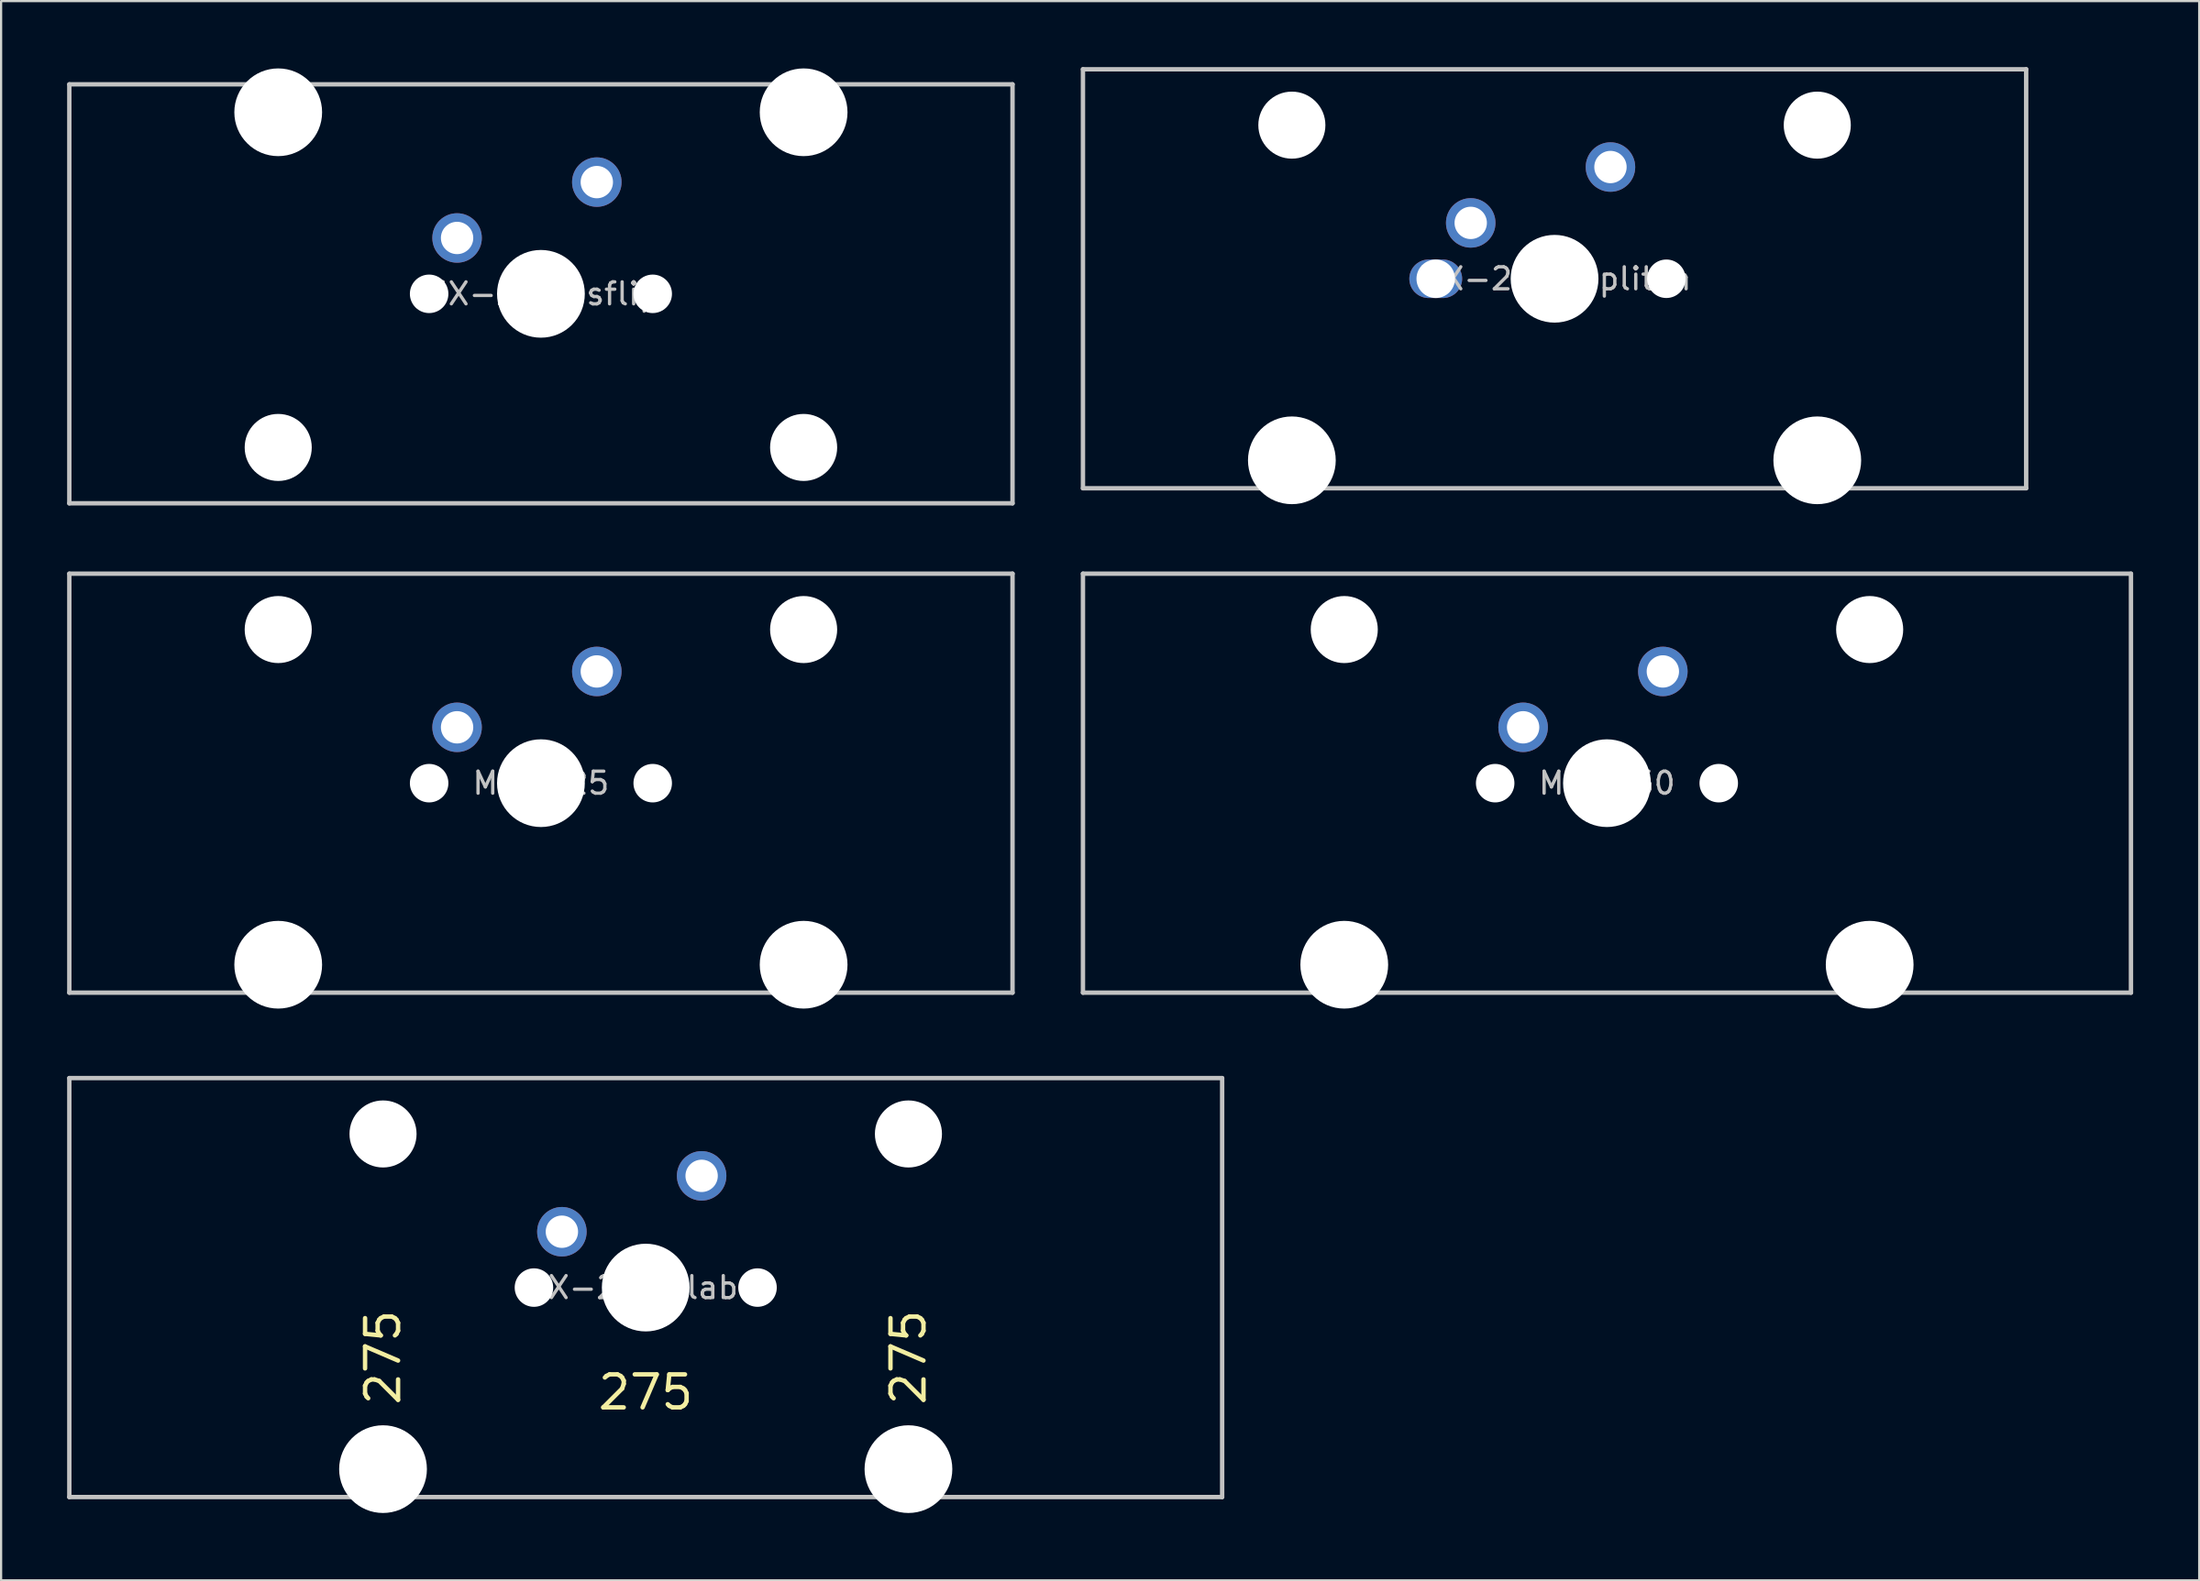
<source format=kicad_pcb>
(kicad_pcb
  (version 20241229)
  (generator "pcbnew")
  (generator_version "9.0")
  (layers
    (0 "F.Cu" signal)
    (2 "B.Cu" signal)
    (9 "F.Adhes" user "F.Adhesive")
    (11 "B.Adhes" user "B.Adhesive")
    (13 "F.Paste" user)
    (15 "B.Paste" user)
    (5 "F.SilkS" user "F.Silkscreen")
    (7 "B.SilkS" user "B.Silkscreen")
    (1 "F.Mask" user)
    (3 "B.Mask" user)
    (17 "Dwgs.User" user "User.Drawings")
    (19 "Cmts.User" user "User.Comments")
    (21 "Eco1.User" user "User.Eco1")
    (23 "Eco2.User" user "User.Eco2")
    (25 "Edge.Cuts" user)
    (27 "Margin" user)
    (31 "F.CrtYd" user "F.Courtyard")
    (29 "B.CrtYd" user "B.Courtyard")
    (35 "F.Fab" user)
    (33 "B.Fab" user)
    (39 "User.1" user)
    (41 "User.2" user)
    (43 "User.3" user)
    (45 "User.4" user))
  (footprint "MX-275-label"
    (layer "F.Cu")
    (at 26.294 55.495)
    (property "Reference" "MX-275-label" (at 0 0 0) (layer "Dwgs.User") (effects (font (size 1 1) (thickness 0.15))))
    (attr through_hole)
    (fp_line (start -26.194 9.525) (end -26.194 -9.525) (stroke (width 0.2) (type solid)) (layer "Dwgs.User"))
    (fp_line (start 26.194 -9.525) (end -26.194 -9.525) (stroke (width 0.2) (type solid)) (layer "Dwgs.User"))
    (fp_line (start 26.194 -9.525) (end 26.194 9.525) (stroke (width 0.2) (type solid)) (layer "Dwgs.User"))
    (fp_line (start 26.194 9.525) (end -26.194 9.525) (stroke (width 0.2) (type solid)) (layer "Dwgs.User"))
    (fp_line (start -15.368 -8.95) (end -15.368 10.25) (stroke (width 0.12) (type solid)) (layer "Eco1.User"))
    (fp_line (start -15.368 10.25) (end 15.368 10.25) (stroke (width 0.12) (type solid)) (layer "Eco1.User"))
    (fp_line (start -8.508 -8.95) (end -15.368 -8.95) (stroke (width 0.12) (type solid)) (layer "Eco1.User"))
    (fp_line (start -8.508 7) (end -8.508 -8.95) (stroke (width 0.12) (type solid)) (layer "Eco1.User"))
    (fp_line (start -7 -7) (end -7 7) (stroke (width 0.12) (type solid)) (layer "Eco1.User"))
    (fp_line (start -7 -7) (end 7 -7) (stroke (width 0.12) (type solid)) (layer "Eco1.User"))
    (fp_line (start -7 7) (end -8.508 7) (stroke (width 0.12) (type solid)) (layer "Eco1.User"))
    (fp_line (start 7 -7) (end 7 7) (stroke (width 0.12) (type solid)) (layer "Eco1.User"))
    (fp_line (start 8.508 -8.95) (end 8.508 7) (stroke (width 0.12) (type solid)) (layer "Eco1.User"))
    (fp_line (start 8.508 7) (end 7 7) (stroke (width 0.12) (type solid)) (layer "Eco1.User"))
    (fp_line (start 15.368 -8.95) (end 8.508 -8.95) (stroke (width 0.12) (type solid)) (layer "Eco1.User"))
    (fp_line (start 15.368 10.25) (end 15.368 -8.95) (stroke (width 0.12) (type solid)) (layer "Eco1.User"))
    (fp_circle (center -11.938 -6.985) (end -9.438 -6.985) (stroke (width 0.12) (type solid)) (fill no) (layer "Eco2.User"))
    (fp_circle (center 11.938 -6.985) (end 14.438 -6.985) (stroke (width 0.12) (type solid)) (fill no) (layer "Eco2.User"))
    (fp_text user "275" (at 0 4.763 0) (layer "F.SilkS") (effects (font (size 1.5 1.5) (thickness 0.2))))
    (fp_text user "275" (at 11.938 3.175 90) (layer "F.SilkS") (effects (font (size 1.5 1.5) (thickness 0.2))))
    (fp_text user "275" (at -11.938 3.175 90) (layer "F.SilkS") (effects (font (size 1.5 1.5) (thickness 0.2))))
    (pad "" np_thru_hole circle (at -11.938 -6.985) (size 3.048 3.048) (drill 3.048) (layers "*.Cu" "*.Mask"))
    (pad "" np_thru_hole circle (at -11.938 8.255) (size 3.988 3.988) (drill 3.988) (layers "*.Cu" "*.Mask"))
    (pad "" np_thru_hole circle (at -5.08 0) (size 1.75 1.75) (drill 1.75) (layers "*.Cu" "*.Mask"))
    (pad "" np_thru_hole circle (at 0 0) (size 3.988 3.988) (drill 3.988) (layers "*.Cu" "*.Mask"))
    (pad "" np_thru_hole circle (at 5.08 0) (size 1.75 1.75) (drill 1.75) (layers "*.Cu" "*.Mask"))
    (pad "" np_thru_hole circle (at 11.938 -6.985) (size 3.048 3.048) (drill 3.048) (layers "*.Cu" "*.Mask"))
    (pad "" np_thru_hole circle (at 11.938 8.255) (size 3.988 3.988) (drill 3.988) (layers "*.Cu" "*.Mask"))
    (pad "1" thru_hole circle (at 2.54 -5.08) (size 2.25 2.25) (drill 1.47) (layers "*.Cu" "B.Mask"))
    (pad "2" thru_hole circle (at -3.81 -2.54) (size 2.25 2.25) (drill 1.47) (layers "*.Cu" "B.Mask")))
  (footprint "MX-225-sflip"
    (layer "F.Cu")
    (at 21.531 10.31)
    (property "Reference" "MX-225-sflip" (at 0 0 0) (layer "Dwgs.User") (effects (font (size 1 1) (thickness 0.15))))
    (attr through_hole)
    (fp_line (start -21.431 -9.525) (end 21.431 -9.525) (stroke (width 0.2) (type solid)) (layer "Dwgs.User"))
    (fp_line (start -21.431 9.525) (end -21.431 -9.525) (stroke (width 0.2) (type solid)) (layer "Dwgs.User"))
    (fp_line (start -21.431 9.525) (end 21.431 9.525) (stroke (width 0.2) (type solid)) (layer "Dwgs.User"))
    (fp_line (start 21.431 -9.525) (end 21.431 9.525) (stroke (width 0.2) (type solid)) (layer "Dwgs.User"))
    (fp_line (start -15.368 -10.25) (end -15.368 8.95) (stroke (width 0.12) (type solid)) (layer "Eco1.User"))
    (fp_line (start -15.368 8.95) (end -8.508 8.95) (stroke (width 0.12) (type solid)) (layer "Eco1.User"))
    (fp_line (start -8.508 -7) (end -7 -7) (stroke (width 0.12) (type solid)) (layer "Eco1.User"))
    (fp_line (start -8.508 8.95) (end -8.508 -7) (stroke (width 0.12) (type solid)) (layer "Eco1.User"))
    (fp_line (start -7 7) (end -7 -7) (stroke (width 0.12) (type solid)) (layer "Eco1.User"))
    (fp_line (start 7 -7) (end 8.508 -7) (stroke (width 0.12) (type solid)) (layer "Eco1.User"))
    (fp_line (start 7 7) (end -7 7) (stroke (width 0.12) (type solid)) (layer "Eco1.User"))
    (fp_line (start 7 7) (end 7 -7) (stroke (width 0.12) (type solid)) (layer "Eco1.User"))
    (fp_line (start 8.508 -7) (end 8.508 8.95) (stroke (width 0.12) (type solid)) (layer "Eco1.User"))
    (fp_line (start 8.508 8.95) (end 15.368 8.95) (stroke (width 0.12) (type solid)) (layer "Eco1.User"))
    (fp_line (start 15.368 -10.25) (end -15.368 -10.25) (stroke (width 0.12) (type solid)) (layer "Eco1.User"))
    (fp_line (start 15.368 8.95) (end 15.368 -10.25) (stroke (width 0.12) (type solid)) (layer "Eco1.User"))
    (fp_circle (center -11.938 6.985) (end -14.438 6.985) (stroke (width 0.12) (type solid)) (fill no) (layer "Eco2.User"))
    (fp_circle (center 11.938 6.985) (end 9.438 6.985) (stroke (width 0.12) (type solid)) (fill no) (layer "Eco2.User"))
    (pad "" np_thru_hole circle (at -11.938 -8.255 180) (size 3.988 3.988) (drill 3.988) (layers "*.Cu" "*.Mask"))
    (pad "" np_thru_hole circle (at -11.938 6.985 180) (size 3.048 3.048) (drill 3.048) (layers "*.Cu" "*.Mask"))
    (pad "" np_thru_hole circle (at -5.08 0) (size 1.75 1.75) (drill 1.75) (layers "*.Cu" "*.Mask"))
    (pad "" np_thru_hole circle (at 0 0) (size 3.988 3.988) (drill 3.988) (layers "*.Cu" "*.Mask"))
    (pad "" np_thru_hole circle (at 5.08 0) (size 1.75 1.75) (drill 1.75) (layers "*.Cu" "*.Mask"))
    (pad "" np_thru_hole circle (at 11.938 -8.255 180) (size 3.988 3.988) (drill 3.988) (layers "*.Cu" "*.Mask"))
    (pad "" np_thru_hole circle (at 11.938 6.985 180) (size 3.048 3.048) (drill 3.048) (layers "*.Cu" "*.Mask"))
    (pad "1" thru_hole circle (at 2.54 -5.08) (size 2.25 2.25) (drill 1.47) (layers "*.Cu" "B.Mask"))
    (pad "2" thru_hole circle (at -3.81 -2.54) (size 2.25 2.25) (drill 1.47) (layers "*.Cu" "B.Mask")))
  (footprint "MX-225"
    (layer "F.Cu")
    (at 21.531 32.56)
    (property "Reference" "MX-225" (at 0 0 0) (layer "Dwgs.User") (effects (font (size 1 1) (thickness 0.15))))
    (attr through_hole)
    (fp_line (start -21.431 9.525) (end -21.431 -9.525) (stroke (width 0.2) (type solid)) (layer "Dwgs.User"))
    (fp_line (start 21.431 -9.525) (end -21.431 -9.525) (stroke (width 0.2) (type solid)) (layer "Dwgs.User"))
    (fp_line (start 21.431 -9.525) (end 21.431 9.525) (stroke (width 0.2) (type solid)) (layer "Dwgs.User"))
    (fp_line (start 21.431 9.525) (end -21.431 9.525) (stroke (width 0.2) (type solid)) (layer "Dwgs.User"))
    (fp_line (start -15.368 -8.95) (end -15.368 10.25) (stroke (width 0.12) (type solid)) (layer "Eco1.User"))
    (fp_line (start -15.368 10.25) (end 15.368 10.25) (stroke (width 0.12) (type solid)) (layer "Eco1.User"))
    (fp_line (start -8.508 -8.95) (end -15.368 -8.95) (stroke (width 0.12) (type solid)) (layer "Eco1.User"))
    (fp_line (start -8.508 7) (end -8.508 -8.95) (stroke (width 0.12) (type solid)) (layer "Eco1.User"))
    (fp_line (start -7 -7) (end -7 7) (stroke (width 0.12) (type solid)) (layer "Eco1.User"))
    (fp_line (start -7 -7) (end 7 -7) (stroke (width 0.12) (type solid)) (layer "Eco1.User"))
    (fp_line (start -7 7) (end -8.508 7) (stroke (width 0.12) (type solid)) (layer "Eco1.User"))
    (fp_line (start 7 -7) (end 7 7) (stroke (width 0.12) (type solid)) (layer "Eco1.User"))
    (fp_line (start 8.508 -8.95) (end 8.508 7) (stroke (width 0.12) (type solid)) (layer "Eco1.User"))
    (fp_line (start 8.508 7) (end 7 7) (stroke (width 0.12) (type solid)) (layer "Eco1.User"))
    (fp_line (start 15.368 -8.95) (end 8.508 -8.95) (stroke (width 0.12) (type solid)) (layer "Eco1.User"))
    (fp_line (start 15.368 10.25) (end 15.368 -8.95) (stroke (width 0.12) (type solid)) (layer "Eco1.User"))
    (fp_circle (center -11.938 -6.985) (end -9.438 -6.985) (stroke (width 0.12) (type solid)) (fill no) (layer "Eco2.User"))
    (fp_circle (center 11.938 -6.985) (end 14.438 -6.985) (stroke (width 0.12) (type solid)) (fill no) (layer "Eco2.User"))
    (pad "" np_thru_hole circle (at -11.938 -6.985) (size 3.048 3.048) (drill 3.048) (layers "*.Cu" "*.Mask"))
    (pad "" np_thru_hole circle (at -11.938 8.255) (size 3.988 3.988) (drill 3.988) (layers "*.Cu" "*.Mask"))
    (pad "" np_thru_hole circle (at -5.08 0) (size 1.75 1.75) (drill 1.75) (layers "*.Cu" "*.Mask"))
    (pad "" np_thru_hole circle (at 0 0) (size 3.988 3.988) (drill 3.988) (layers "*.Cu" "*.Mask"))
    (pad "" np_thru_hole circle (at 5.08 0) (size 1.75 1.75) (drill 1.75) (layers "*.Cu" "*.Mask"))
    (pad "" np_thru_hole circle (at 11.938 -6.985) (size 3.048 3.048) (drill 3.048) (layers "*.Cu" "*.Mask"))
    (pad "" np_thru_hole circle (at 11.938 8.255) (size 3.988 3.988) (drill 3.988) (layers "*.Cu" "*.Mask"))
    (pad "1" thru_hole circle (at 2.54 -5.08) (size 2.25 2.25) (drill 1.47) (layers "*.Cu" "B.Mask"))
    (pad "2" thru_hole circle (at -3.81 -2.54) (size 2.25 2.25) (drill 1.47) (layers "*.Cu" "B.Mask")))
  (footprint "MX-225-splitsh"
    (layer "F.Cu")
    (at 67.594 9.625)
    (property "Reference" "MX-225-splitsh" (at 0 0 0) (layer "Dwgs.User") (effects (font (size 1 1) (thickness 0.15))))
    (attr through_hole)
    (fp_line (start -21.431 9.525) (end -21.431 -9.525) (stroke (width 0.2) (type solid)) (layer "Dwgs.User"))
    (fp_line (start 21.431 -9.525) (end -21.431 -9.525) (stroke (width 0.2) (type solid)) (layer "Dwgs.User"))
    (fp_line (start 21.431 -9.525) (end 21.431 9.525) (stroke (width 0.2) (type solid)) (layer "Dwgs.User"))
    (fp_line (start 21.431 9.525) (end -21.431 9.525) (stroke (width 0.2) (type solid)) (layer "Dwgs.User"))
    (fp_line (start -15.368 -8.95) (end -15.368 10.25) (stroke (width 0.12) (type solid)) (layer "Eco1.User"))
    (fp_line (start -15.368 10.25) (end 15.368 10.25) (stroke (width 0.12) (type solid)) (layer "Eco1.User"))
    (fp_line (start -8.508 -8.95) (end -15.368 -8.95) (stroke (width 0.12) (type solid)) (layer "Eco1.User"))
    (fp_line (start -8.508 7) (end -8.508 -8.95) (stroke (width 0.12) (type solid)) (layer "Eco1.User"))
    (fp_line (start -7 -7) (end -7 7) (stroke (width 0.12) (type solid)) (layer "Eco1.User"))
    (fp_line (start -7 -7) (end 7 -7) (stroke (width 0.12) (type solid)) (layer "Eco1.User"))
    (fp_line (start -7 7) (end -8.508 7) (stroke (width 0.12) (type solid)) (layer "Eco1.User"))
    (fp_line (start 7 -7) (end 7 7) (stroke (width 0.12) (type solid)) (layer "Eco1.User"))
    (fp_line (start 8.508 -8.95) (end 8.508 7) (stroke (width 0.12) (type solid)) (layer "Eco1.User"))
    (fp_line (start 8.508 7) (end 7 7) (stroke (width 0.12) (type solid)) (layer "Eco1.User"))
    (fp_line (start 15.368 -8.95) (end 8.508 -8.95) (stroke (width 0.12) (type solid)) (layer "Eco1.User"))
    (fp_line (start 15.368 10.25) (end 15.368 -8.95) (stroke (width 0.12) (type solid)) (layer "Eco1.User"))
    (fp_circle (center -11.938 -6.985) (end -9.438 -6.985) (stroke (width 0.12) (type solid)) (fill no) (layer "Eco2.User"))
    (fp_circle (center 11.938 -6.985) (end 14.438 -6.985) (stroke (width 0.12) (type solid)) (fill no) (layer "Eco2.User"))
    (pad "" np_thru_hole circle (at -11.938 -6.985) (size 3.048 3.048) (drill 3.048) (layers "*.Cu" "*.Mask"))
    (pad "" np_thru_hole circle (at -11.938 8.255) (size 3.988 3.988) (drill 3.988) (layers "*.Cu" "*.Mask"))
    (pad "" np_thru_hole oval (at -5.4 0) (size 2.4 1.75) (drill 1.75) (layers "*.Cu" "*.Mask"))
    (pad "" np_thru_hole circle (at 0 0) (size 3.988 3.988) (drill 3.988) (layers "*.Cu" "*.Mask"))
    (pad "" np_thru_hole circle (at 5.08 0) (size 1.75 1.75) (drill 1.75) (layers "*.Cu" "*.Mask"))
    (pad "" np_thru_hole circle (at 11.938 -6.985) (size 3.048 3.048) (drill 3.048) (layers "*.Cu" "*.Mask"))
    (pad "" np_thru_hole circle (at 11.938 8.255) (size 3.988 3.988) (drill 3.988) (layers "*.Cu" "*.Mask"))
    (pad "1" thru_hole circle (at 2.54 -5.08) (size 2.25 2.25) (drill 1.47) (layers "*.Cu" "B.Mask"))
    (pad "2" thru_hole circle (at -3.81 -2.54) (size 2.25 2.25) (drill 1.47) (layers "*.Cu" "B.Mask")))
  (footprint "MX-250"
    (layer "F.Cu")
    (at 69.975 32.56)
    (property "Reference" "MX-250" (at 0 0 0) (layer "Dwgs.User") (effects (font (size 1 1) (thickness 0.15))))
    (attr through_hole)
    (fp_line (start -23.812 9.525) (end -23.812 -9.525) (stroke (width 0.2) (type solid)) (layer "Dwgs.User"))
    (fp_line (start 23.812 -9.525) (end -23.812 -9.525) (stroke (width 0.2) (type solid)) (layer "Dwgs.User"))
    (fp_line (start 23.812 -9.525) (end 23.812 9.525) (stroke (width 0.2) (type solid)) (layer "Dwgs.User"))
    (fp_line (start 23.812 9.525) (end -23.812 9.525) (stroke (width 0.2) (type solid)) (layer "Dwgs.User"))
    (fp_line (start -15.368 -8.95) (end -15.368 10.25) (stroke (width 0.12) (type solid)) (layer "Eco1.User"))
    (fp_line (start -15.368 10.25) (end 15.368 10.25) (stroke (width 0.12) (type solid)) (layer "Eco1.User"))
    (fp_line (start -8.508 -8.95) (end -15.368 -8.95) (stroke (width 0.12) (type solid)) (layer "Eco1.User"))
    (fp_line (start -8.508 7) (end -8.508 -8.95) (stroke (width 0.12) (type solid)) (layer "Eco1.User"))
    (fp_line (start -7 -7) (end -7 7) (stroke (width 0.12) (type solid)) (layer "Eco1.User"))
    (fp_line (start -7 -7) (end 7 -7) (stroke (width 0.12) (type solid)) (layer "Eco1.User"))
    (fp_line (start -7 7) (end -8.508 7) (stroke (width 0.12) (type solid)) (layer "Eco1.User"))
    (fp_line (start 7 -7) (end 7 7) (stroke (width 0.12) (type solid)) (layer "Eco1.User"))
    (fp_line (start 8.508 -8.95) (end 8.508 7) (stroke (width 0.12) (type solid)) (layer "Eco1.User"))
    (fp_line (start 8.508 7) (end 7 7) (stroke (width 0.12) (type solid)) (layer "Eco1.User"))
    (fp_line (start 15.368 -8.95) (end 8.508 -8.95) (stroke (width 0.12) (type solid)) (layer "Eco1.User"))
    (fp_line (start 15.368 10.25) (end 15.368 -8.95) (stroke (width 0.12) (type solid)) (layer "Eco1.User"))
    (fp_circle (center -11.938 -6.985) (end -9.438 -6.985) (stroke (width 0.12) (type solid)) (fill no) (layer "Eco2.User"))
    (fp_circle (center 11.938 -6.985) (end 14.438 -6.985) (stroke (width 0.12) (type solid)) (fill no) (layer "Eco2.User"))
    (pad "" np_thru_hole circle (at -11.938 -6.985) (size 3.048 3.048) (drill 3.048) (layers "*.Cu" "*.Mask"))
    (pad "" np_thru_hole circle (at -11.938 8.255) (size 3.988 3.988) (drill 3.988) (layers "*.Cu" "*.Mask"))
    (pad "" np_thru_hole circle (at -5.08 0) (size 1.75 1.75) (drill 1.75) (layers "*.Cu" "*.Mask"))
    (pad "" np_thru_hole circle (at 0 0) (size 3.988 3.988) (drill 3.988) (layers "*.Cu" "*.Mask"))
    (pad "" np_thru_hole circle (at 5.08 0) (size 1.75 1.75) (drill 1.75) (layers "*.Cu" "*.Mask"))
    (pad "" np_thru_hole circle (at 11.938 -6.985) (size 3.048 3.048) (drill 3.048) (layers "*.Cu" "*.Mask"))
    (pad "" np_thru_hole circle (at 11.938 8.255) (size 3.988 3.988) (drill 3.988) (layers "*.Cu" "*.Mask"))
    (pad "1" thru_hole circle (at 2.54 -5.08) (size 2.25 2.25) (drill 1.47) (layers "*.Cu" "B.Mask"))
    (pad "2" thru_hole circle (at -3.81 -2.54) (size 2.25 2.25) (drill 1.47) (layers "*.Cu" "B.Mask")))
  (gr_rect
    (start -3 -3)
    (end 96.888 68.805)
    (stroke (width 0.1) (type default))
    (fill no)
    (layer "Edge.Cuts")))
</source>
